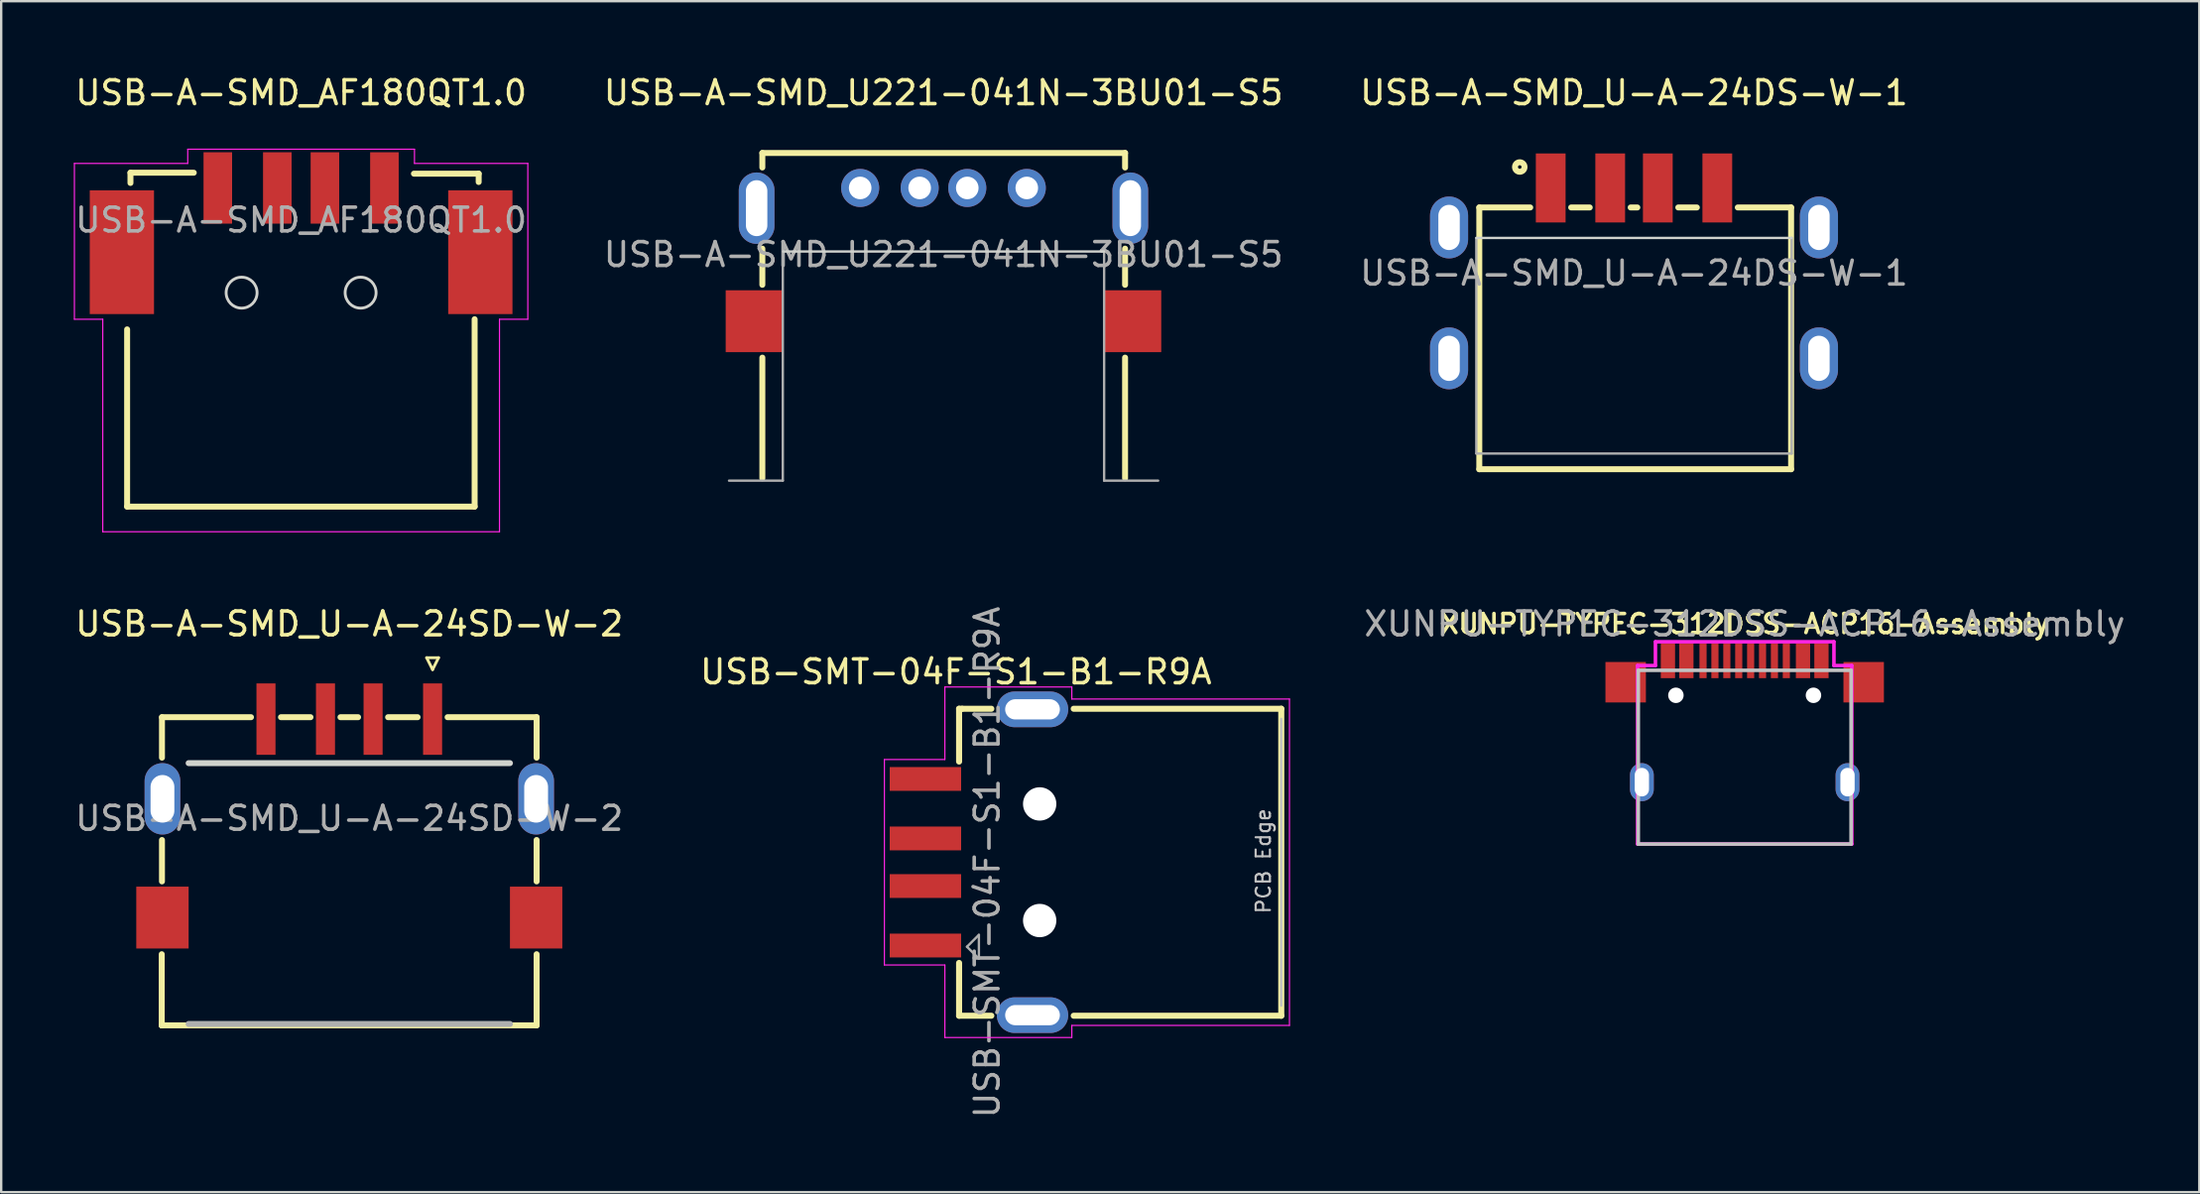
<source format=kicad_pcb>
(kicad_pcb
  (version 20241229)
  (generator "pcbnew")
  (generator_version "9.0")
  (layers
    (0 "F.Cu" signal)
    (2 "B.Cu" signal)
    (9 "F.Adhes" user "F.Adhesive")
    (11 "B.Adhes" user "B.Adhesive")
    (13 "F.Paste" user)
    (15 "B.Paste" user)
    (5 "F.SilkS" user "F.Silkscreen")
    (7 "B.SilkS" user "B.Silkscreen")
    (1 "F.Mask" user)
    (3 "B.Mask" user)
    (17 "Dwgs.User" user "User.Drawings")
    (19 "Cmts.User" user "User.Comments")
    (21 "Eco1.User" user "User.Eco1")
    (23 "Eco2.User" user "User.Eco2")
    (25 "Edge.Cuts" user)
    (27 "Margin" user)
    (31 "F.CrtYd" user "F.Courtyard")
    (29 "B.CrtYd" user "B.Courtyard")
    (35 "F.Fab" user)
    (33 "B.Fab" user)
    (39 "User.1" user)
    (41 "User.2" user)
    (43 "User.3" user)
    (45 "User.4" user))
  (footprint "USB-A-SMD_U-A-24DS-W-1"
    (layer "F.Cu")
    (at 65.601 8.428)
    (property "Reference" "USB-A-SMD_U-A-24DS-W-1" (at 0 -7.58 0) (layer "F.SilkS") (effects (font (size 1 1) (thickness 0.15))))
    (attr smd)
    (fp_line (start -6.5 -2.76) (end -4.36 -2.76) (stroke (width 0.25) (type solid)) (layer "F.SilkS"))
    (fp_line (start -6.5 8.24) (end -6.5 -2.76) (stroke (width 0.25) (type solid)) (layer "F.SilkS"))
    (fp_line (start -2.64 -2.76) (end -1.86 -2.76) (stroke (width 0.25) (type solid)) (layer "F.SilkS"))
    (fp_line (start -0.14 -2.76) (end 0.14 -2.76) (stroke (width 0.25) (type solid)) (layer "F.SilkS"))
    (fp_line (start 1.86 -2.76) (end 2.64 -2.76) (stroke (width 0.25) (type solid)) (layer "F.SilkS"))
    (fp_line (start 4.36 -2.76) (end 6.6 -2.76) (stroke (width 0.25) (type solid)) (layer "F.SilkS"))
    (fp_line (start 6.6 -2.76) (end 6.6 8.24) (stroke (width 0.25) (type solid)) (layer "F.SilkS"))
    (fp_line (start 6.6 8.24) (end -6.5 8.24) (stroke (width 0.25) (type solid)) (layer "F.SilkS"))
    (fp_circle (center -4.8 -4.46) (end -4.6 -4.46) (stroke (width 0.25) (type solid)) (fill no) (layer "F.SilkS"))
    (fp_line (start 6.625 -1.48) (end -6.625 -1.48) (stroke (width 0.1) (type solid)) (layer "Edge.Cuts"))
    (fp_line (start -6.625 -1.48) (end -6.625 7.58) (stroke (width 0.1) (type solid)) (layer "F.Fab"))
    (fp_line (start 6.625 -1.48) (end 6.625 7.58) (stroke (width 0.1) (type solid)) (layer "F.Fab"))
    (fp_line (start 6.625 7.58) (end -6.625 7.58) (stroke (width 0.1) (type solid)) (layer "F.Fab"))
    (fp_text user "${REFERENCE}" (at 0 0 180) (layer "F.Fab") (effects (font (size 1 1) (thickness 0.15))))
    (pad "1" smd rect (at -3.5 -3.58) (size 1.25 2.9) (layers "F.Cu" "F.Mask" "F.Paste"))
    (pad "2" smd rect (at -1 -3.58) (size 1.25 2.9) (layers "F.Cu" "F.Mask" "F.Paste"))
    (pad "3" smd rect (at 1 -3.58) (size 1.25 2.9) (layers "F.Cu" "F.Mask" "F.Paste"))
    (pad "4" smd rect (at 3.5 -3.58) (size 1.25 2.9) (layers "F.Cu" "F.Mask" "F.Paste"))
    (pad "5" thru_hole oval (at -7.77 -1.92) (size 1.6 2.6) (drill oval 0.9 1.9) (layers "*.Cu" "*.Mask"))
    (pad "5" thru_hole oval (at -7.77 3.58) (size 1.6 2.6) (drill oval 0.9 1.9) (layers "*.Cu" "*.Mask"))
    (pad "5" thru_hole oval (at 7.77 -1.92) (size 1.6 2.6) (drill oval 0.9 1.9) (layers "*.Cu" "*.Mask"))
    (pad "5" thru_hole oval (at 7.77 3.58) (size 1.6 2.6) (drill oval 0.9 1.9) (layers "*.Cu" "*.Mask")))
  (footprint "USB-A-SMD_AF180QT1.0"
    (layer "F.Cu")
    (at 9.601 6.198)
    (property "Reference" "USB-A-SMD_AF180QT1.0" (at 0 -5.35 0) (layer "F.SilkS") (effects (font (size 1 1) (thickness 0.15))))
    (attr smd)
    (fp_line (start -7.31 4.593) (end -7.31 12.04) (stroke (width 0.25) (type solid)) (layer "F.SilkS"))
    (fp_line (start -7.31 12.04) (end 7.29 12.04) (stroke (width 0.25) (type solid)) (layer "F.SilkS"))
    (fp_line (start -7.17 -1.99) (end -4.51 -1.99) (stroke (width 0.25) (type solid)) (layer "F.SilkS"))
    (fp_line (start -7.17 -1.56) (end -7.17 -1.99) (stroke (width 0.25) (type solid)) (layer "F.SilkS"))
    (fp_line (start 4.74 -1.95) (end 7.46 -1.95) (stroke (width 0.25) (type solid)) (layer "F.SilkS"))
    (fp_line (start 7.29 12.04) (end 7.29 4.167) (stroke (width 0.25) (type solid)) (layer "F.SilkS"))
    (fp_line (start 7.46 -1.95) (end 7.46 -1.6) (stroke (width 0.25) (type solid)) (layer "F.SilkS"))
    (fp_circle (center -2.5 3.05) (end -1.85 3.05) (stroke (width 0.12) (type default)) (fill no) (layer "Edge.Cuts"))
    (fp_circle (center 2.5 3.05) (end 3.15 3.05) (stroke (width 0.12) (type default)) (fill no) (layer "Edge.Cuts"))
    (fp_line (start -9.525 -2.381) (end -9.525 4.167) (stroke (width 0.05) (type solid)) (layer "F.CrtYd"))
    (fp_line (start -9.525 -2.381) (end -4.763 -2.381) (stroke (width 0.05) (type solid)) (layer "F.CrtYd"))
    (fp_line (start -8.334 4.167) (end -9.525 4.167) (stroke (width 0.05) (type solid)) (layer "F.CrtYd"))
    (fp_line (start -8.334 4.167) (end -8.334 13.097) (stroke (width 0.05) (type solid)) (layer "F.CrtYd"))
    (fp_line (start -8.334 13.097) (end 8.334 13.097) (stroke (width 0.05) (type solid)) (layer "F.CrtYd"))
    (fp_line (start -4.763 -2.381) (end -4.763 -2.977) (stroke (width 0.05) (type solid)) (layer "F.CrtYd"))
    (fp_line (start 4.763 -2.977) (end -4.763 -2.977) (stroke (width 0.05) (type solid)) (layer "F.CrtYd"))
    (fp_line (start 4.763 -2.381) (end 4.763 -2.977) (stroke (width 0.05) (type solid)) (layer "F.CrtYd"))
    (fp_line (start 4.763 -2.381) (end 9.525 -2.381) (stroke (width 0.05) (type solid)) (layer "F.CrtYd"))
    (fp_line (start 8.334 4.167) (end 8.334 13.097) (stroke (width 0.05) (type solid)) (layer "F.CrtYd"))
    (fp_line (start 8.334 4.167) (end 9.525 4.167) (stroke (width 0.05) (type solid)) (layer "F.CrtYd"))
    (fp_line (start 9.525 -2.381) (end 9.525 4.167) (stroke (width 0.05) (type solid)) (layer "F.CrtYd"))
    (fp_text user "${REFERENCE}" (at 0 0 0) (layer "F.Fab") (effects (font (size 1 1) (thickness 0.15))))
    (pad "1" smd rect (at -3.5 -1.35) (size 1.2 3) (layers "F.Cu" "F.Mask" "F.Paste"))
    (pad "2" smd rect (at -1 -1.35) (size 1.2 3) (layers "F.Cu" "F.Mask" "F.Paste"))
    (pad "3" smd rect (at 1 -1.35) (size 1.2 3) (layers "F.Cu" "F.Mask" "F.Paste"))
    (pad "4" smd rect (at 3.5 -1.35) (size 1.2 3) (layers "F.Cu" "F.Mask" "F.Paste"))
    (pad "5" smd rect (at -7.53 1.35) (size 2.7 5.2) (layers "F.Cu" "F.Mask" "F.Paste"))
    (pad "5" smd rect (at 7.53 1.35) (size 2.7 5.2) (layers "F.Cu" "F.Mask" "F.Paste")))
  (footprint "XUNPU-TYPEC-312DSS-ACP16-Assembly"
    (layer "F.Cu")
    (at 70.251 32.418)
    (property "Reference" "XUNPU-TYPEC-312DSS-ACP16-Assembly" (at 0 -9.25 0) (layer "F.SilkS") (effects (font (size 0.8 0.8) (thickness 0.15))))
    (attr smd)
    (fp_line (start -4.47 -7.3) (end 4.47 -7.3) (stroke (width 0.15) (type solid)) (layer "Dwgs.User"))
    (fp_line (start -4.47 0) (end -4.47 -7.3) (stroke (width 0.15) (type solid)) (layer "Dwgs.User"))
    (fp_line (start -4.47 0) (end 4.47 0) (stroke (width 0.15) (type solid)) (layer "Dwgs.User"))
    (fp_line (start 4.47 0) (end 4.47 -7.3) (stroke (width 0.15) (type solid)) (layer "Dwgs.User"))
    (fp_line (start -4.5 -7.5) (end -3.75 -7.5) (stroke (width 0.15) (type solid)) (layer "F.CrtYd"))
    (fp_line (start -4.5 0) (end -4.5 -7.5) (stroke (width 0.15) (type solid)) (layer "F.CrtYd"))
    (fp_line (start -3.75 -8.5) (end 3.75 -8.5) (stroke (width 0.15) (type solid)) (layer "F.CrtYd"))
    (fp_line (start -3.75 -7.5) (end -3.75 -8.5) (stroke (width 0.15) (type solid)) (layer "F.CrtYd"))
    (fp_line (start 3.75 -8.5) (end 3.75 -7.5) (stroke (width 0.15) (type solid)) (layer "F.CrtYd"))
    (fp_line (start 4.5 -7.5) (end 3.75 -7.5) (stroke (width 0.15) (type solid)) (layer "F.CrtYd"))
    (fp_line (start 4.5 -7.5) (end 4.5 0) (stroke (width 0.15) (type solid)) (layer "F.CrtYd"))
    (fp_line (start 4.5 0) (end -4.5 0) (stroke (width 0.15) (type solid)) (layer "F.CrtYd"))
    (fp_text user "${REFERENCE}" (at 0 -9.25 0) (layer "F.Fab") (effects (font (size 1 1) (thickness 0.15))))
    (pad "" np_thru_hole circle (at -2.89 -6.25) (size 0.65 0.65) (drill 0.65) (layers "*.Cu" "*.Mask"))
    (pad "" np_thru_hole circle (at 2.89 -6.25) (size 0.65 0.65) (drill 0.65) (layers "*.Cu" "*.Mask"))
    (pad "1" smd rect (at -3.225 -7.695) (size 0.6 1.45) (layers "F.Cu" "F.Mask" "F.Paste"))
    (pad "2" smd rect (at -2.45 -7.695) (size 0.6 1.45) (layers "F.Cu" "F.Mask" "F.Paste"))
    (pad "3" smd rect (at -1.75 -7.695) (size 0.3 1.45) (layers "F.Cu" "F.Mask" "F.Paste"))
    (pad "4" smd rect (at -1.25 -7.695) (size 0.3 1.45) (layers "F.Cu" "F.Mask" "F.Paste"))
    (pad "5" smd rect (at -0.75 -7.695) (size 0.3 1.45) (layers "F.Cu" "F.Mask" "F.Paste"))
    (pad "6" smd rect (at -0.25 -7.695) (size 0.3 1.45) (layers "F.Cu" "F.Mask" "F.Paste"))
    (pad "7" smd rect (at 0.25 -7.695) (size 0.3 1.45) (layers "F.Cu" "F.Mask" "F.Paste"))
    (pad "8" smd rect (at 0.75 -7.695) (size 0.3 1.45) (layers "F.Cu" "F.Mask" "F.Paste"))
    (pad "9" smd rect (at 1.25 -7.695) (size 0.3 1.45) (layers "F.Cu" "F.Mask" "F.Paste"))
    (pad "10" smd rect (at 1.75 -7.695) (size 0.3 1.45) (layers "F.Cu" "F.Mask" "F.Paste"))
    (pad "11" smd rect (at 2.45 -7.695) (size 0.6 1.45) (layers "F.Cu" "F.Mask" "F.Paste"))
    (pad "12" smd rect (at 3.225 -7.695) (size 0.6 1.45) (layers "F.Cu" "F.Mask" "F.Paste"))
    (pad "13" smd rect (at -5 -6.8) (size 1.7 1.7) (layers "F.Cu" "F.Mask" "F.Paste"))
    (pad "13" thru_hole oval (at -4.32 -2.6) (size 1 1.6) (drill oval 0.6 1.2) (layers "*.Cu" "*.Mask"))
    (pad "13" thru_hole oval (at 4.32 -2.6) (size 1 1.6) (drill oval 0.6 1.2) (layers "*.Cu" "*.Mask"))
    (pad "13" smd rect (at 5 -6.8) (size 1.7 1.7) (layers "F.Cu" "F.Mask" "F.Paste")))
  (footprint "USB-SMT-04F-S1-B1-R9A"
    (layer "F.Cu")
    (at 44.013 33.183)
    (property "Reference" "USB-SMT-04F-S1-B1-R9A" (at -6.9 -8 0) (layer "F.SilkS") (effects (font (size 1 1) (thickness 0.15))))
    (attr smd)
    (fp_line (start -6.768 -4.231) (end -6.768 -6.45) (stroke (width 0.254) (type solid)) (layer "F.SilkS"))
    (fp_line (start -6.768 6.45) (end -6.768 4.231) (stroke (width 0.254) (type solid)) (layer "F.SilkS"))
    (fp_line (start -6.641 -6.45) (end -6.768 -6.45) (stroke (width 0.254) (type solid)) (layer "F.SilkS"))
    (fp_line (start -5.413 -6.45) (end -6.641 -6.45) (stroke (width 0.254) (type solid)) (layer "F.SilkS"))
    (fp_line (start -5.413 6.45) (end -6.768 6.45) (stroke (width 0.254) (type solid)) (layer "F.SilkS"))
    (fp_line (start 6.768 -6.45) (end -1.952 -6.45) (stroke (width 0.254) (type solid)) (layer "F.SilkS"))
    (fp_line (start 6.768 6.45) (end -1.952 6.45) (stroke (width 0.254) (type solid)) (layer "F.SilkS"))
    (fp_line (start 6.768 6.45) (end 6.768 -6.45) (stroke (width 0.254) (type solid)) (layer "F.SilkS"))
    (fp_line (start 6.768 6.025) (end 6.768 -6.025) (stroke (width 0.1) (type solid)) (layer "Dwgs.User"))
    (fp_line (start -9.906 -4.318) (end -7.366 -4.318) (stroke (width 0.05) (type solid)) (layer "F.CrtYd"))
    (fp_line (start -9.906 4.318) (end -9.906 -4.318) (stroke (width 0.05) (type solid)) (layer "F.CrtYd"))
    (fp_line (start -9.906 4.318) (end -7.366 4.318) (stroke (width 0.05) (type solid)) (layer "F.CrtYd"))
    (fp_line (start -7.366 -7.366) (end -7.366 -4.318) (stroke (width 0.05) (type solid)) (layer "F.CrtYd"))
    (fp_line (start -7.366 -7.366) (end -2.032 -7.366) (stroke (width 0.05) (type solid)) (layer "F.CrtYd"))
    (fp_line (start -7.366 4.318) (end -7.366 7.366) (stroke (width 0.05) (type solid)) (layer "F.CrtYd"))
    (fp_line (start -7.366 7.366) (end -2.032 7.366) (stroke (width 0.05) (type solid)) (layer "F.CrtYd"))
    (fp_line (start -2.032 -6.858) (end -2.032 -7.366) (stroke (width 0.05) (type solid)) (layer "F.CrtYd"))
    (fp_line (start -2.032 -6.858) (end 7.112 -6.858) (stroke (width 0.05) (type solid)) (layer "F.CrtYd"))
    (fp_line (start -2.032 6.858) (end 7.112 6.858) (stroke (width 0.05) (type solid)) (layer "F.CrtYd"))
    (fp_line (start -2.032 7.366) (end -2.032 6.858) (stroke (width 0.05) (type solid)) (layer "F.CrtYd"))
    (fp_line (start 7.112 6.858) (end 7.112 -6.858) (stroke (width 0.05) (type solid)) (layer "F.CrtYd"))
    (fp_line (start -6.436 3.552) (end -5.936 3.052) (stroke (width 0.1) (type solid)) (layer "F.Fab"))
    (fp_line (start -6.436 3.552) (end -5.936 4.052) (stroke (width 0.1) (type solid)) (layer "F.Fab"))
    (fp_line (start -5.936 3.052) (end -5.936 4.002) (stroke (width 0.1) (type solid)) (layer "F.Fab"))
    (fp_text user "PCB Edge" (at 6.018 -0.05 90) (layer "Dwgs.User") (effects (font (size 0.6 0.6) (thickness 0.09))))
    (fp_text user "${REFERENCE}" (at -5.588 0 90) (layer "F.Fab") (effects (font (size 1 1) (thickness 0.15))))
    (pad "" np_thru_hole circle (at -3.382 -2.45 90) (size 1.4 1.4) (drill 1.4) (layers "*.Cu" "*.Mask"))
    (pad "" np_thru_hole circle (at -3.382 2.45 90) (size 1.4 1.4) (drill 1.4) (layers "*.Cu" "*.Mask"))
    (pad "1" smd rect (at -8.182 3.5 90) (size 1 3) (layers "F.Cu" "F.Mask" "F.Paste"))
    (pad "2" smd rect (at -8.182 1 90) (size 1 3) (layers "F.Cu" "F.Mask" "F.Paste"))
    (pad "3" smd rect (at -8.182 -1 90) (size 1 3) (layers "F.Cu" "F.Mask" "F.Paste"))
    (pad "4" smd rect (at -8.182 -3.5 90) (size 1 3) (layers "F.Cu" "F.Mask" "F.Paste"))
    (pad "5" thru_hole oval (at -3.683 -6.425 90) (size 1.5 3) (drill oval 0.85 2.3) (layers "*.Cu" "*.Mask"))
    (pad "5" thru_hole oval (at -3.683 6.425 90) (size 1.5 3) (drill oval 0.85 2.3) (layers "*.Cu" "*.Mask")))
  (footprint "USB-A-SMD_U-A-24SD-W-2"
    (layer "F.Cu")
    (at 11.625 31.338)
    (property "Reference" "USB-A-SMD_U-A-24SD-W-2" (at 0 -8.17 0) (layer "F.SilkS") (effects (font (size 1 1) (thickness 0.15))))
    (attr smd)
    (fp_line (start -7.88 8.7) (end -7.88 5.71) (stroke (width 0.25) (type solid)) (layer "F.SilkS"))
    (fp_line (start -7.88 8.7) (end -7.88 8.7) (stroke (width 0.25) (type solid)) (layer "F.SilkS"))
    (fp_line (start -7.87 -4.25) (end -4.13 -4.25) (stroke (width 0.25) (type solid)) (layer "F.SilkS"))
    (fp_line (start -7.87 -2.55) (end -7.87 -4.25) (stroke (width 0.25) (type solid)) (layer "F.SilkS"))
    (fp_line (start -7.87 2.65) (end -7.87 0.91) (stroke (width 0.25) (type solid)) (layer "F.SilkS"))
    (fp_line (start -2.87 -4.25) (end -1.63 -4.25) (stroke (width 0.25) (type solid)) (layer "F.SilkS"))
    (fp_line (start -0.37 -4.25) (end 0.37 -4.25) (stroke (width 0.25) (type solid)) (layer "F.SilkS"))
    (fp_line (start 1.63 -4.25) (end 2.87 -4.25) (stroke (width 0.25) (type solid)) (layer "F.SilkS"))
    (fp_line (start 3.25 -6.75) (end 3.75 -6.75) (stroke (width 0.12) (type solid)) (layer "F.SilkS"))
    (fp_line (start 3.5 -6.25) (end 3.25 -6.75) (stroke (width 0.12) (type solid)) (layer "F.SilkS"))
    (fp_line (start 3.75 -6.75) (end 3.5 -6.25) (stroke (width 0.12) (type solid)) (layer "F.SilkS"))
    (fp_line (start 4.13 -4.25) (end 7.87 -4.25) (stroke (width 0.25) (type solid)) (layer "F.SilkS"))
    (fp_line (start 7.87 -4.25) (end 7.87 -2.55) (stroke (width 0.25) (type solid)) (layer "F.SilkS"))
    (fp_line (start 7.87 0.91) (end 7.87 2.65) (stroke (width 0.25) (type solid)) (layer "F.SilkS"))
    (fp_line (start 7.87 5.71) (end 7.87 8.7) (stroke (width 0.25) (type solid)) (layer "F.SilkS"))
    (fp_line (start 7.87 8.7) (end -7.88 8.7) (stroke (width 0.25) (type solid)) (layer "F.SilkS"))
    (fp_line (start -6.75 -2.32) (end 6.75 -2.32) (stroke (width 0.25) (type solid)) (layer "Edge.Cuts"))
    (fp_line (start -6.75 8.64) (end 6.75 8.64) (stroke (width 0.25) (type solid)) (layer "F.Fab"))
    (fp_text user "${REFERENCE}" (at 0 0 0) (layer "F.Fab") (effects (font (size 1 1) (thickness 0.15))))
    (pad "1" smd rect (at 3.5 -4.17 90) (size 3 0.8) (layers "F.Cu" "F.Mask" "F.Paste"))
    (pad "2" smd rect (at 1 -4.17 90) (size 3 0.8) (layers "F.Cu" "F.Mask" "F.Paste"))
    (pad "3" smd rect (at -1 -4.17 90) (size 3 0.8) (layers "F.Cu" "F.Mask" "F.Paste"))
    (pad "4" smd rect (at -3.5 -4.17 90) (size 3 0.8) (layers "F.Cu" "F.Mask" "F.Paste"))
    (pad "5" thru_hole oval (at -7.85 -0.82 180) (size 1.5 3) (drill oval 1 2) (layers "*.Cu" "*.Paste" "*.Mask"))
    (pad "5" smd rect (at -7.85 4.17 180) (size 2.2 2.6) (layers "F.Cu" "F.Mask" "F.Paste"))
    (pad "5" thru_hole oval (at 7.85 -0.82 180) (size 1.5 3) (drill oval 1 2) (layers "*.Cu" "*.Paste" "*.Mask"))
    (pad "5" smd rect (at 7.85 4.17 180) (size 2.2 2.6) (layers "F.Cu" "F.Mask" "F.Paste")))
  (footprint "USB-A-SMD_U221-041N-3BU01-S5"
    (layer "F.Cu")
    (at 36.589 7.648)
    (property "Reference" "USB-A-SMD_U221-041N-3BU01-S5" (at 0 -6.8 0) (layer "F.SilkS") (effects (font (size 1 1) (thickness 0.15))))
    (attr smd)
    (fp_line (start -7.61 -4.27) (end 7.63 -4.27) (stroke (width 0.25) (type solid)) (layer "F.SilkS"))
    (fp_line (start -7.61 -3.66) (end -7.61 -4.27) (stroke (width 0.25) (type solid)) (layer "F.SilkS"))
    (fp_line (start -7.61 -0.25) (end -7.61 1.27) (stroke (width 0.25) (type solid)) (layer "F.SilkS"))
    (fp_line (start -7.61 4.33) (end -7.61 9.4) (stroke (width 0.25) (type solid)) (layer "F.SilkS"))
    (fp_line (start 7.63 -4.27) (end 7.63 -3.66) (stroke (width 0.25) (type solid)) (layer "F.SilkS"))
    (fp_line (start 7.63 -0.25) (end 7.63 1.27) (stroke (width 0.25) (type solid)) (layer "F.SilkS"))
    (fp_line (start 7.63 4.33) (end 7.63 9.4) (stroke (width 0.25) (type solid)) (layer "F.SilkS"))
    (fp_line (start -6.73 -0.13) (end 6.74 -0.13) (stroke (width 0.1) (type solid)) (layer "Edge.Cuts"))
    (fp_line (start -9.01 9.5) (end -6.75 9.5) (stroke (width 0.1) (type solid)) (layer "F.Fab"))
    (fp_line (start -6.75 9.5) (end -6.75 -0.13) (stroke (width 0.1) (type solid)) (layer "F.Fab"))
    (fp_line (start 6.75 -0.13) (end 6.75 9.5) (stroke (width 0.1) (type solid)) (layer "F.Fab"))
    (fp_line (start 6.75 9.5) (end 9.02 9.5) (stroke (width 0.1) (type solid)) (layer "F.Fab"))
    (fp_circle (center -3.5 -2.8) (end -3.31 -2.8) (stroke (width 0.38) (type solid)) (fill no) (layer "F.Fab"))
    (fp_circle (center -1 -2.8) (end -0.81 -2.8) (stroke (width 0.38) (type solid)) (fill no) (layer "F.Fab"))
    (fp_circle (center 1 -2.8) (end 1.19 -2.8) (stroke (width 0.38) (type solid)) (fill no) (layer "F.Fab"))
    (fp_circle (center 3.5 -2.8) (end 3.69 -2.8) (stroke (width 0.38) (type solid)) (fill no) (layer "F.Fab"))
    (fp_text user "${REFERENCE}" (at 0 0 0) (layer "F.Fab") (effects (font (size 1 1) (thickness 0.15))))
    (pad "1" thru_hole circle (at 3.5 -2.8) (size 1.6 1.6) (drill 0.95) (layers "*.Cu" "*.Mask"))
    (pad "2" thru_hole circle (at 1 -2.8) (size 1.6 1.6) (drill 0.95) (layers "*.Cu" "*.Mask"))
    (pad "3" thru_hole circle (at -1 -2.8) (size 1.6 1.6) (drill 0.95) (layers "*.Cu" "*.Mask"))
    (pad "4" thru_hole circle (at -3.5 -2.8) (size 1.6 1.6) (drill 0.95) (layers "*.Cu" "*.Mask"))
    (pad "5" thru_hole oval (at -7.85 -1.95) (size 1.5 3) (drill oval 0.9 2.35) (layers "*.Cu" "*.Mask"))
    (pad "6" thru_hole oval (at 7.85 -1.95) (size 1.5 3) (drill oval 0.9 2.35) (layers "*.Cu" "*.Mask"))
    (pad "7" smd rect (at -7.95 2.8) (size 2.4 2.6) (layers "F.Cu" "F.Mask" "F.Paste"))
    (pad "8" smd rect (at 7.95 2.8) (size 2.4 2.6) (layers "F.Cu" "F.Mask" "F.Paste")))
  (gr_rect
    (start -3 -3)
    (end 89.352 47.046)
    (stroke (width 0.1) (type default))
    (fill no)
    (layer "Edge.Cuts")))
</source>
